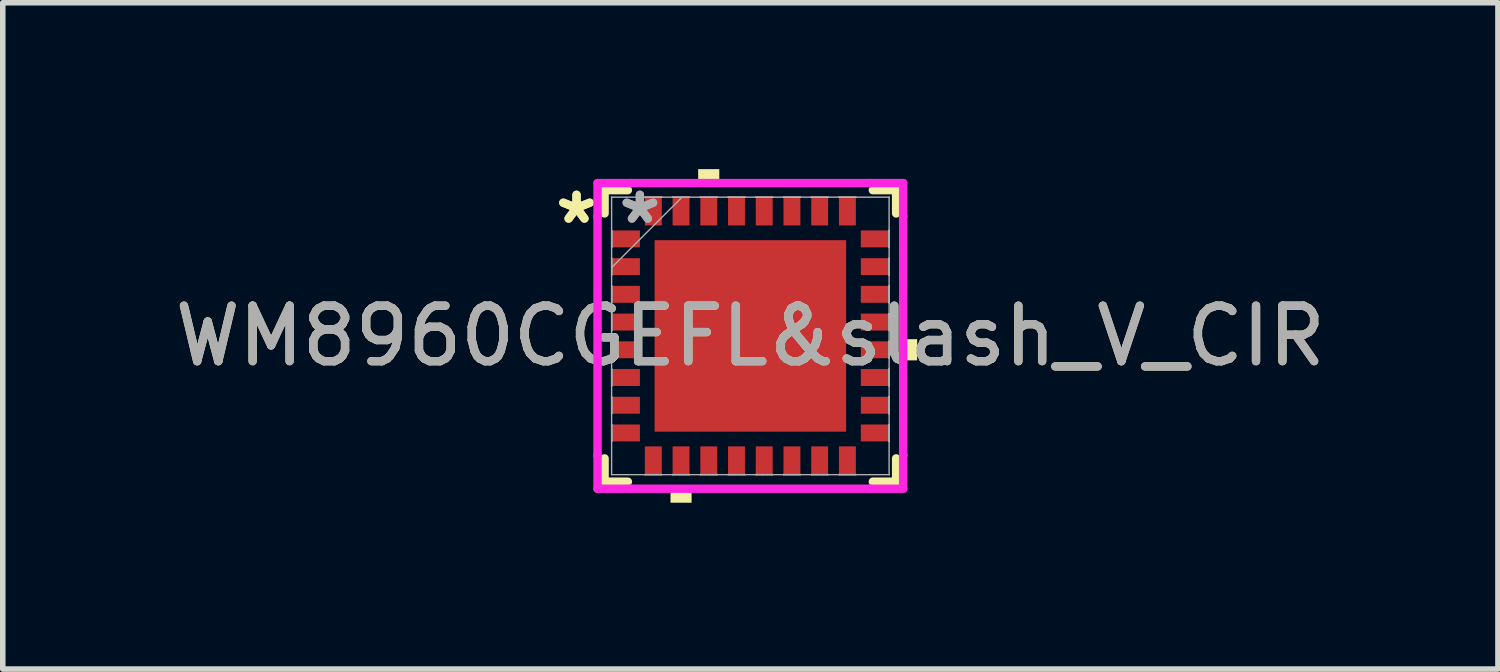
<source format=kicad_pcb>
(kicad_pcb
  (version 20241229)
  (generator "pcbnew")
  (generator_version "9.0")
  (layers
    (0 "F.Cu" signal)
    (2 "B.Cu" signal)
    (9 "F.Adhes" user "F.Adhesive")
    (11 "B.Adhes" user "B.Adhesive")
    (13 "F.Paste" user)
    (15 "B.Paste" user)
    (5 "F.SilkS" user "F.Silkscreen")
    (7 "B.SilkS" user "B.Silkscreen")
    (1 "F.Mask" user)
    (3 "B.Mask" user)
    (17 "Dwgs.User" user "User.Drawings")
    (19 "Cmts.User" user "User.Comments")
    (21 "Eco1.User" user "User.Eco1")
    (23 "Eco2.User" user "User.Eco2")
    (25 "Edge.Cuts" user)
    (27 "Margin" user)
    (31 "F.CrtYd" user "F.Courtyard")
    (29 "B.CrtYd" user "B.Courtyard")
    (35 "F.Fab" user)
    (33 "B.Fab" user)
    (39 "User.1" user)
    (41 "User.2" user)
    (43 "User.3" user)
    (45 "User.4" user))
  (footprint "WM8960CGEFL&slash_V_CIR"
    (layer "F.Cu")
    (at 10.482 3.008)
    (property "Reference" "WM8960CGEFL&slash_V_CIR" (at 0 0 0) (unlocked yes) (layer "F.SilkS") (effects (font (size 1 1) (thickness 0.15))))
    (attr smd)
    (fp_line (start -2.629 -2.629) (end -2.629 -2.209) (stroke (width 0.152) (type solid)) (layer "F.SilkS"))
    (fp_line (start -2.629 2.209) (end -2.629 2.629) (stroke (width 0.152) (type solid)) (layer "F.SilkS"))
    (fp_line (start -2.629 2.629) (end -2.209 2.629) (stroke (width 0.152) (type solid)) (layer "F.SilkS"))
    (fp_line (start -2.209 -2.629) (end -2.629 -2.629) (stroke (width 0.152) (type solid)) (layer "F.SilkS"))
    (fp_line (start 2.209 2.629) (end 2.629 2.629) (stroke (width 0.152) (type solid)) (layer "F.SilkS"))
    (fp_line (start 2.629 -2.629) (end 2.209 -2.629) (stroke (width 0.152) (type solid)) (layer "F.SilkS"))
    (fp_line (start 2.629 -2.209) (end 2.629 -2.629) (stroke (width 0.152) (type solid)) (layer "F.SilkS"))
    (fp_line (start 2.629 2.629) (end 2.629 2.209) (stroke (width 0.152) (type solid)) (layer "F.SilkS"))
    (fp_poly (pts (xy -1.44 2.754) (xy -1.44 3.008) (xy -1.06 3.008) (xy -1.06 2.754)) (stroke (width 0) (type solid)) (fill yes) (layer "F.SilkS"))
    (fp_poly (pts (xy -0.941 -2.754) (xy -0.941 -3.008) (xy -0.56 -3.008) (xy -0.56 -2.754)) (stroke (width 0) (type solid)) (fill yes) (layer "F.SilkS"))
    (fp_poly (pts (xy 3.008 0.059) (xy 3.008 0.441) (xy 2.754 0.441) (xy 2.754 0.059)) (stroke (width 0) (type solid)) (fill yes) (layer "F.SilkS"))
    (fp_poly (pts (xy -1.627 -1.627) (xy -1.627 -0.1) (xy -0.1 -0.1) (xy -0.1 -1.627)) (stroke (width 0) (type solid)) (fill yes) (layer "F.Paste"))
    (fp_poly (pts (xy -1.627 0.1) (xy -1.627 1.627) (xy -0.1 1.627) (xy -0.1 0.1)) (stroke (width 0) (type solid)) (fill yes) (layer "F.Paste"))
    (fp_poly (pts (xy 0.1 -1.627) (xy 0.1 -0.1) (xy 1.627 -0.1) (xy 1.627 -1.627)) (stroke (width 0) (type solid)) (fill yes) (layer "F.Paste"))
    (fp_poly (pts (xy 0.1 0.1) (xy 0.1 1.627) (xy 1.627 1.627) (xy 1.627 0.1)) (stroke (width 0) (type solid)) (fill yes) (layer "F.Paste"))
    (fp_line (start -2.756 -2.756) (end -2.156 -2.756) (stroke (width 0.152) (type solid)) (layer "F.CrtYd"))
    (fp_line (start -2.756 -2.156) (end -2.756 -2.756) (stroke (width 0.152) (type solid)) (layer "F.CrtYd"))
    (fp_line (start -2.756 -2.156) (end -2.756 -2.156) (stroke (width 0.152) (type solid)) (layer "F.CrtYd"))
    (fp_line (start -2.756 2.156) (end -2.756 -2.156) (stroke (width 0.152) (type solid)) (layer "F.CrtYd"))
    (fp_line (start -2.756 2.156) (end -2.756 2.156) (stroke (width 0.152) (type solid)) (layer "F.CrtYd"))
    (fp_line (start -2.756 2.756) (end -2.756 2.156) (stroke (width 0.152) (type solid)) (layer "F.CrtYd"))
    (fp_line (start -2.156 -2.756) (end -2.156 -2.756) (stroke (width 0.152) (type solid)) (layer "F.CrtYd"))
    (fp_line (start -2.156 -2.756) (end 2.156 -2.756) (stroke (width 0.152) (type solid)) (layer "F.CrtYd"))
    (fp_line (start -2.156 2.756) (end -2.756 2.756) (stroke (width 0.152) (type solid)) (layer "F.CrtYd"))
    (fp_line (start -2.156 2.756) (end -2.156 2.756) (stroke (width 0.152) (type solid)) (layer "F.CrtYd"))
    (fp_line (start 2.156 -2.756) (end 2.156 -2.756) (stroke (width 0.152) (type solid)) (layer "F.CrtYd"))
    (fp_line (start 2.156 -2.756) (end 2.756 -2.756) (stroke (width 0.152) (type solid)) (layer "F.CrtYd"))
    (fp_line (start 2.156 2.756) (end -2.156 2.756) (stroke (width 0.152) (type solid)) (layer "F.CrtYd"))
    (fp_line (start 2.156 2.756) (end 2.156 2.756) (stroke (width 0.152) (type solid)) (layer "F.CrtYd"))
    (fp_line (start 2.756 -2.756) (end 2.756 -2.156) (stroke (width 0.152) (type solid)) (layer "F.CrtYd"))
    (fp_line (start 2.756 -2.156) (end 2.756 -2.156) (stroke (width 0.152) (type solid)) (layer "F.CrtYd"))
    (fp_line (start 2.756 -2.156) (end 2.756 2.156) (stroke (width 0.152) (type solid)) (layer "F.CrtYd"))
    (fp_line (start 2.756 2.156) (end 2.756 2.156) (stroke (width 0.152) (type solid)) (layer "F.CrtYd"))
    (fp_line (start 2.756 2.156) (end 2.756 2.756) (stroke (width 0.152) (type solid)) (layer "F.CrtYd"))
    (fp_line (start 2.756 2.756) (end 2.156 2.756) (stroke (width 0.152) (type solid)) (layer "F.CrtYd"))
    (fp_line (start -2.502 -2.502) (end -2.502 -2.502) (stroke (width 0.025) (type solid)) (layer "F.Fab"))
    (fp_line (start -2.502 -2.502) (end -2.502 2.502) (stroke (width 0.025) (type solid)) (layer "F.Fab"))
    (fp_line (start -2.502 -1.902) (end -2.5 -1.902) (stroke (width 0.025) (type solid)) (layer "F.Fab"))
    (fp_line (start -2.502 -1.598) (end -2.502 -1.902) (stroke (width 0.025) (type solid)) (layer "F.Fab"))
    (fp_line (start -2.502 -1.402) (end -2.5 -1.402) (stroke (width 0.025) (type solid)) (layer "F.Fab"))
    (fp_line (start -2.502 -1.232) (end -1.232 -2.502) (stroke (width 0.025) (type solid)) (layer "F.Fab"))
    (fp_line (start -2.502 -1.098) (end -2.502 -1.402) (stroke (width 0.025) (type solid)) (layer "F.Fab"))
    (fp_line (start -2.502 -0.902) (end -2.5 -0.902) (stroke (width 0.025) (type solid)) (layer "F.Fab"))
    (fp_line (start -2.502 -0.598) (end -2.502 -0.902) (stroke (width 0.025) (type solid)) (layer "F.Fab"))
    (fp_line (start -2.502 -0.402) (end -2.5 -0.402) (stroke (width 0.025) (type solid)) (layer "F.Fab"))
    (fp_line (start -2.502 -0.098) (end -2.502 -0.402) (stroke (width 0.025) (type solid)) (layer "F.Fab"))
    (fp_line (start -2.502 0.098) (end -2.5 0.098) (stroke (width 0.025) (type solid)) (layer "F.Fab"))
    (fp_line (start -2.502 0.402) (end -2.502 0.098) (stroke (width 0.025) (type solid)) (layer "F.Fab"))
    (fp_line (start -2.502 0.598) (end -2.5 0.598) (stroke (width 0.025) (type solid)) (layer "F.Fab"))
    (fp_line (start -2.502 0.902) (end -2.502 0.598) (stroke (width 0.025) (type solid)) (layer "F.Fab"))
    (fp_line (start -2.502 1.098) (end -2.5 1.098) (stroke (width 0.025) (type solid)) (layer "F.Fab"))
    (fp_line (start -2.502 1.402) (end -2.502 1.098) (stroke (width 0.025) (type solid)) (layer "F.Fab"))
    (fp_line (start -2.502 1.598) (end -2.5 1.598) (stroke (width 0.025) (type solid)) (layer "F.Fab"))
    (fp_line (start -2.502 1.902) (end -2.502 1.598) (stroke (width 0.025) (type solid)) (layer "F.Fab"))
    (fp_line (start -2.502 2.502) (end -2.502 2.502) (stroke (width 0.025) (type solid)) (layer "F.Fab"))
    (fp_line (start -2.502 2.502) (end 2.502 2.502) (stroke (width 0.025) (type solid)) (layer "F.Fab"))
    (fp_line (start -2.5 -1.902) (end -2.5 -1.598) (stroke (width 0.025) (type solid)) (layer "F.Fab"))
    (fp_line (start -2.5 -1.598) (end -2.502 -1.598) (stroke (width 0.025) (type solid)) (layer "F.Fab"))
    (fp_line (start -2.5 -1.402) (end -2.5 -1.098) (stroke (width 0.025) (type solid)) (layer "F.Fab"))
    (fp_line (start -2.5 -1.098) (end -2.502 -1.098) (stroke (width 0.025) (type solid)) (layer "F.Fab"))
    (fp_line (start -2.5 -0.902) (end -2.5 -0.598) (stroke (width 0.025) (type solid)) (layer "F.Fab"))
    (fp_line (start -2.5 -0.598) (end -2.502 -0.598) (stroke (width 0.025) (type solid)) (layer "F.Fab"))
    (fp_line (start -2.5 -0.402) (end -2.5 -0.098) (stroke (width 0.025) (type solid)) (layer "F.Fab"))
    (fp_line (start -2.5 -0.098) (end -2.502 -0.098) (stroke (width 0.025) (type solid)) (layer "F.Fab"))
    (fp_line (start -2.5 0.098) (end -2.5 0.402) (stroke (width 0.025) (type solid)) (layer "F.Fab"))
    (fp_line (start -2.5 0.402) (end -2.502 0.402) (stroke (width 0.025) (type solid)) (layer "F.Fab"))
    (fp_line (start -2.5 0.598) (end -2.5 0.902) (stroke (width 0.025) (type solid)) (layer "F.Fab"))
    (fp_line (start -2.5 0.902) (end -2.502 0.902) (stroke (width 0.025) (type solid)) (layer "F.Fab"))
    (fp_line (start -2.5 1.098) (end -2.5 1.402) (stroke (width 0.025) (type solid)) (layer "F.Fab"))
    (fp_line (start -2.5 1.402) (end -2.502 1.402) (stroke (width 0.025) (type solid)) (layer "F.Fab"))
    (fp_line (start -2.5 1.598) (end -2.5 1.902) (stroke (width 0.025) (type solid)) (layer "F.Fab"))
    (fp_line (start -2.5 1.902) (end -2.502 1.902) (stroke (width 0.025) (type solid)) (layer "F.Fab"))
    (fp_line (start -1.902 -2.502) (end -1.598 -2.502) (stroke (width 0.025) (type solid)) (layer "F.Fab"))
    (fp_line (start -1.902 -2.5) (end -1.902 -2.502) (stroke (width 0.025) (type solid)) (layer "F.Fab"))
    (fp_line (start -1.902 2.5) (end -1.598 2.5) (stroke (width 0.025) (type solid)) (layer "F.Fab"))
    (fp_line (start -1.902 2.502) (end -1.902 2.5) (stroke (width 0.025) (type solid)) (layer "F.Fab"))
    (fp_line (start -1.598 -2.502) (end -1.598 -2.5) (stroke (width 0.025) (type solid)) (layer "F.Fab"))
    (fp_line (start -1.598 -2.5) (end -1.902 -2.5) (stroke (width 0.025) (type solid)) (layer "F.Fab"))
    (fp_line (start -1.598 2.5) (end -1.598 2.502) (stroke (width 0.025) (type solid)) (layer "F.Fab"))
    (fp_line (start -1.598 2.502) (end -1.902 2.502) (stroke (width 0.025) (type solid)) (layer "F.Fab"))
    (fp_line (start -1.402 -2.502) (end -1.098 -2.502) (stroke (width 0.025) (type solid)) (layer "F.Fab"))
    (fp_line (start -1.402 -2.5) (end -1.402 -2.502) (stroke (width 0.025) (type solid)) (layer "F.Fab"))
    (fp_line (start -1.402 2.5) (end -1.098 2.5) (stroke (width 0.025) (type solid)) (layer "F.Fab"))
    (fp_line (start -1.402 2.502) (end -1.402 2.5) (stroke (width 0.025) (type solid)) (layer "F.Fab"))
    (fp_line (start -1.098 -2.502) (end -1.098 -2.5) (stroke (width 0.025) (type solid)) (layer "F.Fab"))
    (fp_line (start -1.098 -2.5) (end -1.402 -2.5) (stroke (width 0.025) (type solid)) (layer "F.Fab"))
    (fp_line (start -1.098 2.5) (end -1.098 2.502) (stroke (width 0.025) (type solid)) (layer "F.Fab"))
    (fp_line (start -1.098 2.502) (end -1.402 2.502) (stroke (width 0.025) (type solid)) (layer "F.Fab"))
    (fp_line (start -0.902 -2.502) (end -0.598 -2.502) (stroke (width 0.025) (type solid)) (layer "F.Fab"))
    (fp_line (start -0.902 -2.5) (end -0.902 -2.502) (stroke (width 0.025) (type solid)) (layer "F.Fab"))
    (fp_line (start -0.902 2.5) (end -0.598 2.5) (stroke (width 0.025) (type solid)) (layer "F.Fab"))
    (fp_line (start -0.902 2.502) (end -0.902 2.5) (stroke (width 0.025) (type solid)) (layer "F.Fab"))
    (fp_line (start -0.598 -2.502) (end -0.598 -2.5) (stroke (width 0.025) (type solid)) (layer "F.Fab"))
    (fp_line (start -0.598 -2.5) (end -0.902 -2.5) (stroke (width 0.025) (type solid)) (layer "F.Fab"))
    (fp_line (start -0.598 2.5) (end -0.598 2.502) (stroke (width 0.025) (type solid)) (layer "F.Fab"))
    (fp_line (start -0.598 2.502) (end -0.902 2.502) (stroke (width 0.025) (type solid)) (layer "F.Fab"))
    (fp_line (start -0.402 -2.502) (end -0.098 -2.502) (stroke (width 0.025) (type solid)) (layer "F.Fab"))
    (fp_line (start -0.402 -2.5) (end -0.402 -2.502) (stroke (width 0.025) (type solid)) (layer "F.Fab"))
    (fp_line (start -0.402 2.5) (end -0.098 2.5) (stroke (width 0.025) (type solid)) (layer "F.Fab"))
    (fp_line (start -0.402 2.502) (end -0.402 2.5) (stroke (width 0.025) (type solid)) (layer "F.Fab"))
    (fp_line (start -0.098 -2.502) (end -0.098 -2.5) (stroke (width 0.025) (type solid)) (layer "F.Fab"))
    (fp_line (start -0.098 -2.5) (end -0.402 -2.5) (stroke (width 0.025) (type solid)) (layer "F.Fab"))
    (fp_line (start -0.098 2.5) (end -0.098 2.502) (stroke (width 0.025) (type solid)) (layer "F.Fab"))
    (fp_line (start -0.098 2.502) (end -0.402 2.502) (stroke (width 0.025) (type solid)) (layer "F.Fab"))
    (fp_line (start 0.098 -2.502) (end 0.402 -2.502) (stroke (width 0.025) (type solid)) (layer "F.Fab"))
    (fp_line (start 0.098 -2.5) (end 0.098 -2.502) (stroke (width 0.025) (type solid)) (layer "F.Fab"))
    (fp_line (start 0.098 2.5) (end 0.402 2.5) (stroke (width 0.025) (type solid)) (layer "F.Fab"))
    (fp_line (start 0.098 2.502) (end 0.098 2.5) (stroke (width 0.025) (type solid)) (layer "F.Fab"))
    (fp_line (start 0.402 -2.502) (end 0.402 -2.5) (stroke (width 0.025) (type solid)) (layer "F.Fab"))
    (fp_line (start 0.402 -2.5) (end 0.098 -2.5) (stroke (width 0.025) (type solid)) (layer "F.Fab"))
    (fp_line (start 0.402 2.5) (end 0.402 2.502) (stroke (width 0.025) (type solid)) (layer "F.Fab"))
    (fp_line (start 0.402 2.502) (end 0.098 2.502) (stroke (width 0.025) (type solid)) (layer "F.Fab"))
    (fp_line (start 0.598 -2.502) (end 0.902 -2.502) (stroke (width 0.025) (type solid)) (layer "F.Fab"))
    (fp_line (start 0.598 -2.5) (end 0.598 -2.502) (stroke (width 0.025) (type solid)) (layer "F.Fab"))
    (fp_line (start 0.598 2.5) (end 0.902 2.5) (stroke (width 0.025) (type solid)) (layer "F.Fab"))
    (fp_line (start 0.598 2.502) (end 0.598 2.5) (stroke (width 0.025) (type solid)) (layer "F.Fab"))
    (fp_line (start 0.902 -2.502) (end 0.902 -2.5) (stroke (width 0.025) (type solid)) (layer "F.Fab"))
    (fp_line (start 0.902 -2.5) (end 0.598 -2.5) (stroke (width 0.025) (type solid)) (layer "F.Fab"))
    (fp_line (start 0.902 2.5) (end 0.902 2.502) (stroke (width 0.025) (type solid)) (layer "F.Fab"))
    (fp_line (start 0.902 2.502) (end 0.598 2.502) (stroke (width 0.025) (type solid)) (layer "F.Fab"))
    (fp_line (start 1.098 -2.502) (end 1.402 -2.502) (stroke (width 0.025) (type solid)) (layer "F.Fab"))
    (fp_line (start 1.098 -2.5) (end 1.098 -2.502) (stroke (width 0.025) (type solid)) (layer "F.Fab"))
    (fp_line (start 1.098 2.5) (end 1.402 2.5) (stroke (width 0.025) (type solid)) (layer "F.Fab"))
    (fp_line (start 1.098 2.502) (end 1.098 2.5) (stroke (width 0.025) (type solid)) (layer "F.Fab"))
    (fp_line (start 1.402 -2.502) (end 1.402 -2.5) (stroke (width 0.025) (type solid)) (layer "F.Fab"))
    (fp_line (start 1.402 -2.5) (end 1.098 -2.5) (stroke (width 0.025) (type solid)) (layer "F.Fab"))
    (fp_line (start 1.402 2.5) (end 1.402 2.502) (stroke (width 0.025) (type solid)) (layer "F.Fab"))
    (fp_line (start 1.402 2.502) (end 1.098 2.502) (stroke (width 0.025) (type solid)) (layer "F.Fab"))
    (fp_line (start 1.598 -2.502) (end 1.902 -2.502) (stroke (width 0.025) (type solid)) (layer "F.Fab"))
    (fp_line (start 1.598 -2.5) (end 1.598 -2.502) (stroke (width 0.025) (type solid)) (layer "F.Fab"))
    (fp_line (start 1.598 2.5) (end 1.902 2.5) (stroke (width 0.025) (type solid)) (layer "F.Fab"))
    (fp_line (start 1.598 2.502) (end 1.598 2.5) (stroke (width 0.025) (type solid)) (layer "F.Fab"))
    (fp_line (start 1.902 -2.502) (end 1.902 -2.5) (stroke (width 0.025) (type solid)) (layer "F.Fab"))
    (fp_line (start 1.902 -2.5) (end 1.598 -2.5) (stroke (width 0.025) (type solid)) (layer "F.Fab"))
    (fp_line (start 1.902 2.5) (end 1.902 2.502) (stroke (width 0.025) (type solid)) (layer "F.Fab"))
    (fp_line (start 1.902 2.502) (end 1.598 2.502) (stroke (width 0.025) (type solid)) (layer "F.Fab"))
    (fp_line (start 2.5 -1.902) (end 2.502 -1.902) (stroke (width 0.025) (type solid)) (layer "F.Fab"))
    (fp_line (start 2.5 -1.598) (end 2.5 -1.902) (stroke (width 0.025) (type solid)) (layer "F.Fab"))
    (fp_line (start 2.5 -1.402) (end 2.502 -1.402) (stroke (width 0.025) (type solid)) (layer "F.Fab"))
    (fp_line (start 2.5 -1.098) (end 2.5 -1.402) (stroke (width 0.025) (type solid)) (layer "F.Fab"))
    (fp_line (start 2.5 -0.902) (end 2.502 -0.902) (stroke (width 0.025) (type solid)) (layer "F.Fab"))
    (fp_line (start 2.5 -0.598) (end 2.5 -0.902) (stroke (width 0.025) (type solid)) (layer "F.Fab"))
    (fp_line (start 2.5 -0.402) (end 2.502 -0.402) (stroke (width 0.025) (type solid)) (layer "F.Fab"))
    (fp_line (start 2.5 -0.098) (end 2.5 -0.402) (stroke (width 0.025) (type solid)) (layer "F.Fab"))
    (fp_line (start 2.5 0.098) (end 2.502 0.098) (stroke (width 0.025) (type solid)) (layer "F.Fab"))
    (fp_line (start 2.5 0.402) (end 2.5 0.098) (stroke (width 0.025) (type solid)) (layer "F.Fab"))
    (fp_line (start 2.5 0.598) (end 2.502 0.598) (stroke (width 0.025) (type solid)) (layer "F.Fab"))
    (fp_line (start 2.5 0.902) (end 2.5 0.598) (stroke (width 0.025) (type solid)) (layer "F.Fab"))
    (fp_line (start 2.5 1.098) (end 2.502 1.098) (stroke (width 0.025) (type solid)) (layer "F.Fab"))
    (fp_line (start 2.5 1.402) (end 2.5 1.098) (stroke (width 0.025) (type solid)) (layer "F.Fab"))
    (fp_line (start 2.5 1.598) (end 2.502 1.598) (stroke (width 0.025) (type solid)) (layer "F.Fab"))
    (fp_line (start 2.5 1.902) (end 2.5 1.598) (stroke (width 0.025) (type solid)) (layer "F.Fab"))
    (fp_line (start 2.502 -2.502) (end -2.502 -2.502) (stroke (width 0.025) (type solid)) (layer "F.Fab"))
    (fp_line (start 2.502 -2.502) (end 2.502 -2.502) (stroke (width 0.025) (type solid)) (layer "F.Fab"))
    (fp_line (start 2.502 -1.902) (end 2.502 -1.598) (stroke (width 0.025) (type solid)) (layer "F.Fab"))
    (fp_line (start 2.502 -1.598) (end 2.5 -1.598) (stroke (width 0.025) (type solid)) (layer "F.Fab"))
    (fp_line (start 2.502 -1.402) (end 2.502 -1.098) (stroke (width 0.025) (type solid)) (layer "F.Fab"))
    (fp_line (start 2.502 -1.098) (end 2.5 -1.098) (stroke (width 0.025) (type solid)) (layer "F.Fab"))
    (fp_line (start 2.502 -0.902) (end 2.502 -0.598) (stroke (width 0.025) (type solid)) (layer "F.Fab"))
    (fp_line (start 2.502 -0.598) (end 2.5 -0.598) (stroke (width 0.025) (type solid)) (layer "F.Fab"))
    (fp_line (start 2.502 -0.402) (end 2.502 -0.098) (stroke (width 0.025) (type solid)) (layer "F.Fab"))
    (fp_line (start 2.502 -0.098) (end 2.5 -0.098) (stroke (width 0.025) (type solid)) (layer "F.Fab"))
    (fp_line (start 2.502 0.098) (end 2.502 0.402) (stroke (width 0.025) (type solid)) (layer "F.Fab"))
    (fp_line (start 2.502 0.402) (end 2.5 0.402) (stroke (width 0.025) (type solid)) (layer "F.Fab"))
    (fp_line (start 2.502 0.598) (end 2.502 0.902) (stroke (width 0.025) (type solid)) (layer "F.Fab"))
    (fp_line (start 2.502 0.902) (end 2.5 0.902) (stroke (width 0.025) (type solid)) (layer "F.Fab"))
    (fp_line (start 2.502 1.098) (end 2.502 1.402) (stroke (width 0.025) (type solid)) (layer "F.Fab"))
    (fp_line (start 2.502 1.402) (end 2.5 1.402) (stroke (width 0.025) (type solid)) (layer "F.Fab"))
    (fp_line (start 2.502 1.598) (end 2.502 1.902) (stroke (width 0.025) (type solid)) (layer "F.Fab"))
    (fp_line (start 2.502 1.902) (end 2.5 1.902) (stroke (width 0.025) (type solid)) (layer "F.Fab"))
    (fp_line (start 2.502 2.502) (end 2.502 -2.502) (stroke (width 0.025) (type solid)) (layer "F.Fab"))
    (fp_line (start 2.502 2.502) (end 2.502 2.502) (stroke (width 0.025) (type solid)) (layer "F.Fab"))
    (fp_text user "*" (at -3.135 -2 0) (unlocked yes) (layer "F.SilkS") (effects (font (size 1 1) (thickness 0.15))))
    (fp_text user "*" (at -3.135 -2 0) (layer "F.SilkS") (effects (font (size 1 1) (thickness 0.15))))
    (fp_text user "${REFERENCE}" (at 0 0 0) (unlocked yes) (layer "F.Fab") (effects (font (size 1 1) (thickness 0.15))))
    (fp_text user "*" (at -1.992 -2 0) (unlocked yes) (layer "F.Fab") (effects (font (size 1 1) (thickness 0.15))))
    (fp_text user "*" (at -1.992 -2 0) (layer "F.Fab") (effects (font (size 1 1) (thickness 0.15))))
    (pad "1" smd rect (at -2.246 -1.75 90) (size 0.305 0.508) (layers "F.Cu" "F.Mask" "F.Paste"))
    (pad "2" smd rect (at -2.246 -1.25 90) (size 0.305 0.508) (layers "F.Cu" "F.Mask" "F.Paste"))
    (pad "3" smd rect (at -2.246 -0.75 90) (size 0.305 0.508) (layers "F.Cu" "F.Mask" "F.Paste"))
    (pad "4" smd rect (at -2.246 -0.25 90) (size 0.305 0.508) (layers "F.Cu" "F.Mask" "F.Paste"))
    (pad "5" smd rect (at -2.246 0.25 90) (size 0.305 0.508) (layers "F.Cu" "F.Mask" "F.Paste"))
    (pad "6" smd rect (at -2.246 0.75 90) (size 0.305 0.508) (layers "F.Cu" "F.Mask" "F.Paste"))
    (pad "7" smd rect (at -2.246 1.25 90) (size 0.305 0.508) (layers "F.Cu" "F.Mask" "F.Paste"))
    (pad "8" smd rect (at -2.246 1.75 90) (size 0.305 0.508) (layers "F.Cu" "F.Mask" "F.Paste"))
    (pad "9" smd rect (at -1.75 2.246) (size 0.305 0.508) (layers "F.Cu" "F.Mask" "F.Paste"))
    (pad "10" smd rect (at -1.25 2.246) (size 0.305 0.508) (layers "F.Cu" "F.Mask" "F.Paste"))
    (pad "11" smd rect (at -0.75 2.246) (size 0.305 0.508) (layers "F.Cu" "F.Mask" "F.Paste"))
    (pad "12" smd rect (at -0.25 2.246) (size 0.305 0.508) (layers "F.Cu" "F.Mask" "F.Paste"))
    (pad "13" smd rect (at 0.25 2.246) (size 0.305 0.508) (layers "F.Cu" "F.Mask" "F.Paste"))
    (pad "14" smd rect (at 0.75 2.246) (size 0.305 0.508) (layers "F.Cu" "F.Mask" "F.Paste"))
    (pad "15" smd rect (at 1.25 2.246) (size 0.305 0.508) (layers "F.Cu" "F.Mask" "F.Paste"))
    (pad "16" smd rect (at 1.75 2.246) (size 0.305 0.508) (layers "F.Cu" "F.Mask" "F.Paste"))
    (pad "17" smd rect (at 2.246 1.75 90) (size 0.305 0.508) (layers "F.Cu" "F.Mask" "F.Paste"))
    (pad "18" smd rect (at 2.246 1.25 90) (size 0.305 0.508) (layers "F.Cu" "F.Mask" "F.Paste"))
    (pad "19" smd rect (at 2.246 0.75 90) (size 0.305 0.508) (layers "F.Cu" "F.Mask" "F.Paste"))
    (pad "20" smd rect (at 2.246 0.25 90) (size 0.305 0.508) (layers "F.Cu" "F.Mask" "F.Paste"))
    (pad "21" smd rect (at 2.246 -0.25 90) (size 0.305 0.508) (layers "F.Cu" "F.Mask" "F.Paste"))
    (pad "22" smd rect (at 2.246 -0.75 90) (size 0.305 0.508) (layers "F.Cu" "F.Mask" "F.Paste"))
    (pad "23" smd rect (at 2.246 -1.25 90) (size 0.305 0.508) (layers "F.Cu" "F.Mask" "F.Paste"))
    (pad "24" smd rect (at 2.246 -1.75 90) (size 0.305 0.508) (layers "F.Cu" "F.Mask" "F.Paste"))
    (pad "25" smd rect (at 1.75 -2.246) (size 0.305 0.508) (layers "F.Cu" "F.Mask" "F.Paste"))
    (pad "26" smd rect (at 1.25 -2.246) (size 0.305 0.508) (layers "F.Cu" "F.Mask" "F.Paste"))
    (pad "27" smd rect (at 0.75 -2.246) (size 0.305 0.508) (layers "F.Cu" "F.Mask" "F.Paste"))
    (pad "28" smd rect (at 0.25 -2.246) (size 0.305 0.508) (layers "F.Cu" "F.Mask" "F.Paste"))
    (pad "29" smd rect (at -0.25 -2.246) (size 0.305 0.508) (layers "F.Cu" "F.Mask" "F.Paste"))
    (pad "30" smd rect (at -0.75 -2.246) (size 0.305 0.508) (layers "F.Cu" "F.Mask" "F.Paste"))
    (pad "31" smd rect (at -1.25 -2.246) (size 0.305 0.508) (layers "F.Cu" "F.Mask" "F.Paste"))
    (pad "32" smd rect (at -1.75 -2.246) (size 0.305 0.508) (layers "F.Cu" "F.Mask" "F.Paste"))
    (pad "33" smd rect (at 0 0) (size 3.454 3.454) (layers "F.Cu" "F.Mask")))
  (gr_rect
    (start -3 -3)
    (end 23.964 9.016)
    (stroke (width 0.1) (type default))
    (fill no)
    (layer "Edge.Cuts")))
</source>
